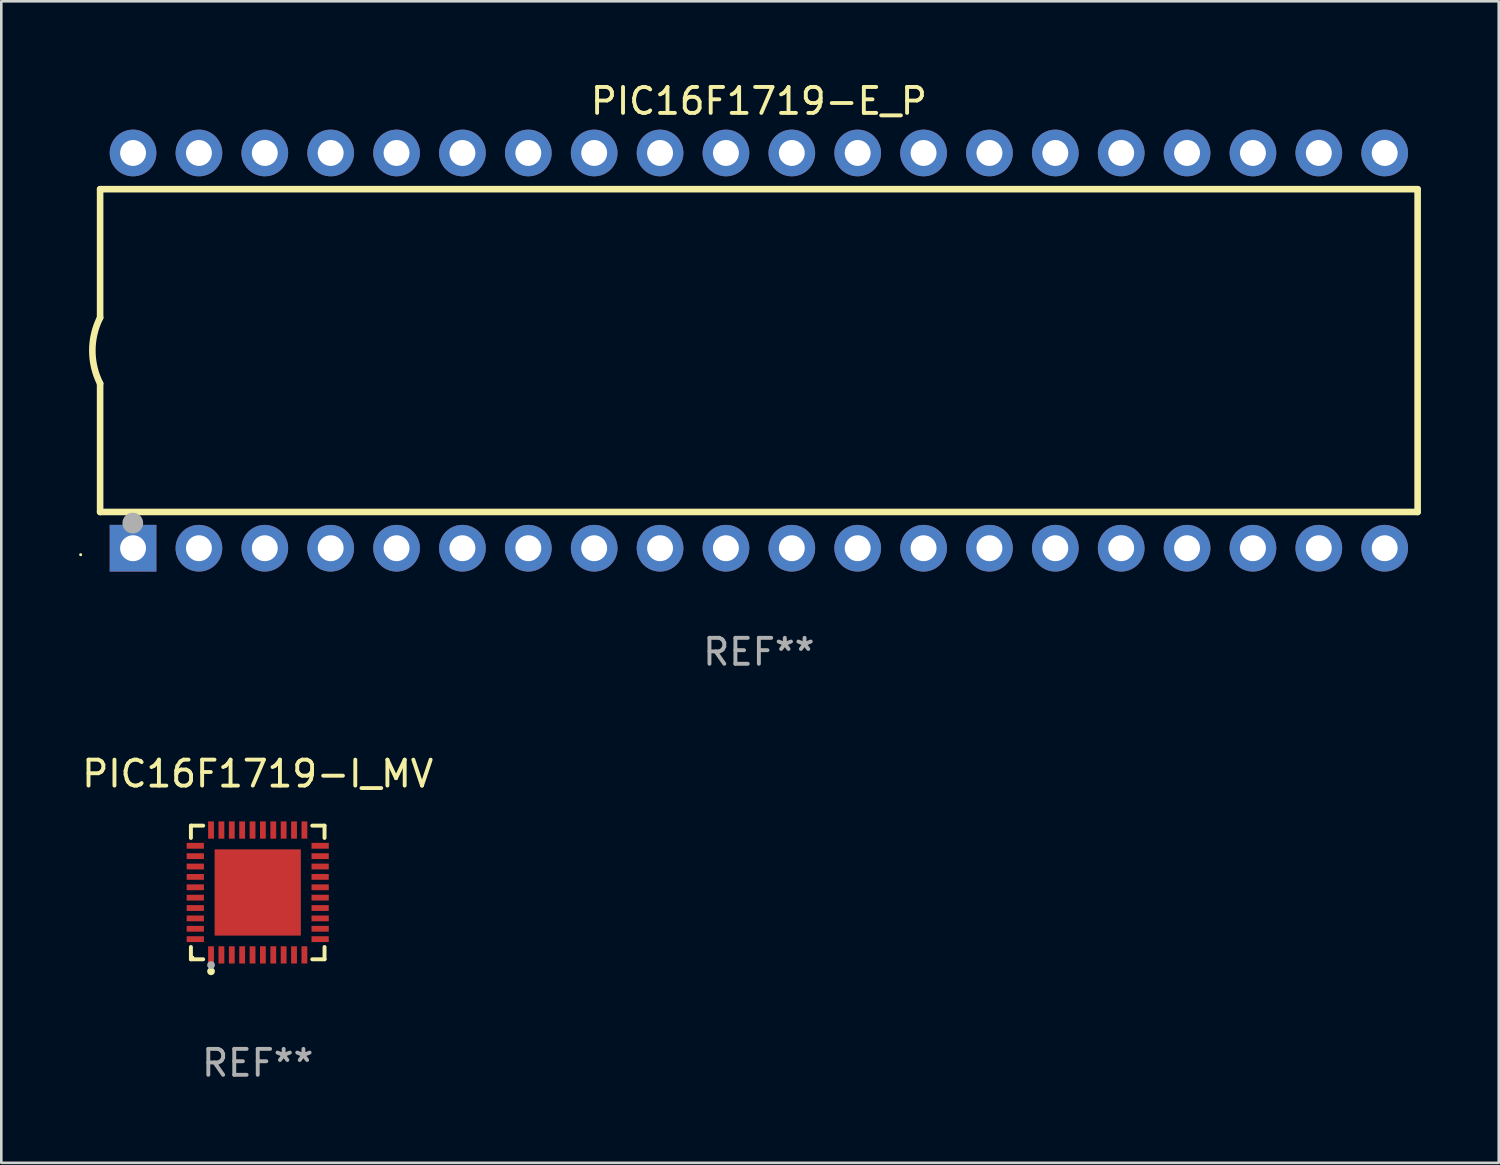
<source format=kicad_pcb>
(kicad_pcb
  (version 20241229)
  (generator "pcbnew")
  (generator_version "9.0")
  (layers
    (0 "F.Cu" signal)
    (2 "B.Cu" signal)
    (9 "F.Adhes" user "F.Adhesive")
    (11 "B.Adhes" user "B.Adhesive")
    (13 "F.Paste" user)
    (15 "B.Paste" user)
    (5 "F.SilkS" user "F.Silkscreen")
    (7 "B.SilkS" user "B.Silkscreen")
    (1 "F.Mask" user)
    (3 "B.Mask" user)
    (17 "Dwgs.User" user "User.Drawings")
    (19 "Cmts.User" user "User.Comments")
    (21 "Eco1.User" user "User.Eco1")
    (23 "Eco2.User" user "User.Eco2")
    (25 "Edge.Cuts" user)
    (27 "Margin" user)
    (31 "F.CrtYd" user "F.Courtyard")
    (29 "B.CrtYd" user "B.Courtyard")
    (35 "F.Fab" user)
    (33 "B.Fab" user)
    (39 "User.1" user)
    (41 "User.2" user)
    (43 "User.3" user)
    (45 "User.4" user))
  (footprint "PIC16F1719-E_P"
    (layer "F.Cu")
    (at 26.21 10.468)
    (property "Reference" "PIC16F1719-E_P" (at 0 -9.62 0) (layer "F.SilkS") (effects (font (size 1 1) (thickness 0.15))))
    (attr through_hole)
    (fp_line (start -25.4 -6.224) (end -25.4 -1.271) (stroke (width 0.254) (type solid)) (layer "F.SilkS"))
    (fp_line (start -25.4 -6.224) (end 25.4 -6.224) (stroke (width 0.254) (type solid)) (layer "F.SilkS"))
    (fp_line (start -25.4 1.269) (end -25.4 6.222) (stroke (width 0.254) (type solid)) (layer "F.SilkS"))
    (fp_line (start -25.4 6.222) (end 25.4 6.222) (stroke (width 0.254) (type solid)) (layer "F.SilkS"))
    (fp_line (start 25.4 6.222) (end 25.4 -6.224) (stroke (width 0.254) (type solid)) (layer "F.SilkS"))
    (fp_arc (start -25.4 1.269241) (mid -25.699807 -0.000762) (end -25.4 -1.270765) (stroke (width 0.254001) (type solid)) (layer "F.SilkS"))
    (fp_circle (center -26.15 7.87) (end -26.12 7.87) (stroke (width 0.06) (type solid)) (fill no) (layer "F.SilkS"))
    (fp_circle (center -24.14 6.65) (end -23.94 6.65) (stroke (width 0.4) (type solid)) (fill no) (layer "F.Fab"))
    (fp_text user "REF**" (at 0 11.62 0) (layer "F.Fab") (effects (font (size 1 1) (thickness 0.15))))
    (pad "1" thru_hole rect (at -24.13 7.62 90) (size 1.8 1.8) (drill 1) (layers "*.Cu" "*.Mask"))
    (pad "2" thru_hole circle (at -21.59 7.62) (size 1.8 1.8) (drill 1) (layers "*.Cu" "*.Mask"))
    (pad "3" thru_hole circle (at -19.05 7.62) (size 1.8 1.8) (drill 1) (layers "*.Cu" "*.Mask"))
    (pad "4" thru_hole circle (at -16.51 7.62) (size 1.8 1.8) (drill 1) (layers "*.Cu" "*.Mask"))
    (pad "5" thru_hole circle (at -13.97 7.62) (size 1.8 1.8) (drill 1) (layers "*.Cu" "*.Mask"))
    (pad "6" thru_hole circle (at -11.43 7.62) (size 1.8 1.8) (drill 1) (layers "*.Cu" "*.Mask"))
    (pad "7" thru_hole circle (at -8.89 7.62) (size 1.8 1.8) (drill 1) (layers "*.Cu" "*.Mask"))
    (pad "8" thru_hole circle (at -6.35 7.62) (size 1.8 1.8) (drill 1) (layers "*.Cu" "*.Mask"))
    (pad "9" thru_hole circle (at -3.81 7.62) (size 1.8 1.8) (drill 1) (layers "*.Cu" "*.Mask"))
    (pad "10" thru_hole circle (at -1.27 7.62) (size 1.8 1.8) (drill 1) (layers "*.Cu" "*.Mask"))
    (pad "11" thru_hole circle (at 1.27 7.62) (size 1.8 1.8) (drill 1) (layers "*.Cu" "*.Mask"))
    (pad "12" thru_hole circle (at 3.81 7.62) (size 1.8 1.8) (drill 1) (layers "*.Cu" "*.Mask"))
    (pad "13" thru_hole circle (at 6.35 7.62) (size 1.8 1.8) (drill 1) (layers "*.Cu" "*.Mask"))
    (pad "14" thru_hole circle (at 8.89 7.62) (size 1.8 1.8) (drill 1) (layers "*.Cu" "*.Mask"))
    (pad "15" thru_hole circle (at 11.43 7.62) (size 1.8 1.8) (drill 1) (layers "*.Cu" "*.Mask"))
    (pad "16" thru_hole circle (at 13.97 7.62) (size 1.8 1.8) (drill 1) (layers "*.Cu" "*.Mask"))
    (pad "17" thru_hole circle (at 16.51 7.62) (size 1.8 1.8) (drill 1) (layers "*.Cu" "*.Mask"))
    (pad "18" thru_hole circle (at 19.05 7.62) (size 1.8 1.8) (drill 1) (layers "*.Cu" "*.Mask"))
    (pad "19" thru_hole circle (at 21.59 7.62) (size 1.8 1.8) (drill 1) (layers "*.Cu" "*.Mask"))
    (pad "20" thru_hole circle (at 24.13 7.62) (size 1.8 1.8) (drill 1) (layers "*.Cu" "*.Mask"))
    (pad "21" thru_hole circle (at 24.13 -7.62) (size 1.8 1.8) (drill 1) (layers "*.Cu" "*.Mask"))
    (pad "22" thru_hole circle (at 21.59 -7.62) (size 1.8 1.8) (drill 1) (layers "*.Cu" "*.Mask"))
    (pad "23" thru_hole circle (at 19.05 -7.62) (size 1.8 1.8) (drill 1) (layers "*.Cu" "*.Mask"))
    (pad "24" thru_hole circle (at 16.51 -7.62) (size 1.8 1.8) (drill 1) (layers "*.Cu" "*.Mask"))
    (pad "25" thru_hole circle (at 13.97 -7.62) (size 1.8 1.8) (drill 1) (layers "*.Cu" "*.Mask"))
    (pad "26" thru_hole circle (at 11.43 -7.62) (size 1.8 1.8) (drill 1) (layers "*.Cu" "*.Mask"))
    (pad "27" thru_hole circle (at 8.89 -7.62) (size 1.8 1.8) (drill 1) (layers "*.Cu" "*.Mask"))
    (pad "28" thru_hole circle (at 6.35 -7.62) (size 1.8 1.8) (drill 1) (layers "*.Cu" "*.Mask"))
    (pad "29" thru_hole circle (at 3.81 -7.62) (size 1.8 1.8) (drill 1) (layers "*.Cu" "*.Mask"))
    (pad "30" thru_hole circle (at 1.27 -7.62) (size 1.8 1.8) (drill 1) (layers "*.Cu" "*.Mask"))
    (pad "31" thru_hole circle (at -1.27 -7.62) (size 1.8 1.8) (drill 1) (layers "*.Cu" "*.Mask"))
    (pad "32" thru_hole circle (at -3.81 -7.62) (size 1.8 1.8) (drill 1) (layers "*.Cu" "*.Mask"))
    (pad "33" thru_hole circle (at -6.35 -7.62) (size 1.8 1.8) (drill 1) (layers "*.Cu" "*.Mask"))
    (pad "34" thru_hole circle (at -8.89 -7.62) (size 1.8 1.8) (drill 1) (layers "*.Cu" "*.Mask"))
    (pad "35" thru_hole circle (at -11.43 -7.62) (size 1.8 1.8) (drill 1) (layers "*.Cu" "*.Mask"))
    (pad "36" thru_hole circle (at -13.97 -7.62) (size 1.8 1.8) (drill 1) (layers "*.Cu" "*.Mask"))
    (pad "37" thru_hole circle (at -16.51 -7.62) (size 1.8 1.8) (drill 1) (layers "*.Cu" "*.Mask"))
    (pad "38" thru_hole circle (at -19.05 -7.62) (size 1.8 1.8) (drill 1) (layers "*.Cu" "*.Mask"))
    (pad "39" thru_hole circle (at -21.59 -7.62) (size 1.8 1.8) (drill 1) (layers "*.Cu" "*.Mask"))
    (pad "40" thru_hole circle (at -24.13 -7.62) (size 1.8 1.8) (drill 1) (layers "*.Cu" "*.Mask")))
  (footprint "PIC16F1719-I_MV"
    (layer "F.Cu")
    (at 6.887 31.361)
    (property "Reference" "PIC16F1719-I_MV" (at 0 -4.576 0) (layer "F.SilkS") (effects (font (size 1 1) (thickness 0.15))))
    (attr through_hole)
    (fp_line (start -2.576 -2.576) (end -2.103 -2.576) (stroke (width 0.152) (type solid)) (layer "F.SilkS"))
    (fp_line (start -2.576 -2.103) (end -2.576 -2.576) (stroke (width 0.152) (type solid)) (layer "F.SilkS"))
    (fp_line (start -2.576 2.103) (end -2.576 2.576) (stroke (width 0.152) (type solid)) (layer "F.SilkS"))
    (fp_line (start -2.576 2.576) (end -2.103 2.576) (stroke (width 0.152) (type solid)) (layer "F.SilkS"))
    (fp_line (start 2.576 -2.576) (end 2.103 -2.576) (stroke (width 0.152) (type solid)) (layer "F.SilkS"))
    (fp_line (start 2.576 -2.103) (end 2.576 -2.576) (stroke (width 0.152) (type solid)) (layer "F.SilkS"))
    (fp_line (start 2.576 2.103) (end 2.576 2.576) (stroke (width 0.152) (type solid)) (layer "F.SilkS"))
    (fp_line (start 2.576 2.576) (end 2.103 2.576) (stroke (width 0.152) (type solid)) (layer "F.SilkS"))
    (fp_circle (center -2.5 2.5) (end -2.47 2.5) (stroke (width 0.06) (type solid)) (fill no) (layer "F.SilkS"))
    (fp_circle (center -1.8 3.04) (end -1.725 3.04) (stroke (width 0.15) (type solid)) (fill no) (layer "F.SilkS"))
    (fp_circle (center -1.8 2.8) (end -1.725 2.8) (stroke (width 0.15) (type solid)) (fill no) (layer "F.Fab"))
    (fp_text user "REF**" (at 0 6.576 0) (layer "F.Fab") (effects (font (size 1 1) (thickness 0.15))))
    (pad "1" smd rect (at -1.8 2.407) (size 0.224 0.665) (layers "F.Cu" "F.Mask" "F.Paste"))
    (pad "2" smd rect (at -1.4 2.407) (size 0.224 0.665) (layers "F.Cu" "F.Mask" "F.Paste"))
    (pad "3" smd rect (at -1 2.407) (size 0.224 0.665) (layers "F.Cu" "F.Mask" "F.Paste"))
    (pad "4" smd rect (at -0.6 2.407) (size 0.224 0.665) (layers "F.Cu" "F.Mask" "F.Paste"))
    (pad "5" smd rect (at -0.2 2.407) (size 0.224 0.665) (layers "F.Cu" "F.Mask" "F.Paste"))
    (pad "6" smd rect (at 0.2 2.407) (size 0.224 0.665) (layers "F.Cu" "F.Mask" "F.Paste"))
    (pad "7" smd rect (at 0.6 2.407) (size 0.224 0.665) (layers "F.Cu" "F.Mask" "F.Paste"))
    (pad "8" smd rect (at 1 2.407) (size 0.224 0.665) (layers "F.Cu" "F.Mask" "F.Paste"))
    (pad "9" smd rect (at 1.4 2.407) (size 0.224 0.665) (layers "F.Cu" "F.Mask" "F.Paste"))
    (pad "10" smd rect (at 1.8 2.407) (size 0.224 0.665) (layers "F.Cu" "F.Mask" "F.Paste"))
    (pad "11" smd rect (at 2.407 1.8) (size 0.665 0.224) (layers "F.Cu" "F.Mask" "F.Paste"))
    (pad "12" smd rect (at 2.407 1.4) (size 0.665 0.224) (layers "F.Cu" "F.Mask" "F.Paste"))
    (pad "13" smd rect (at 2.407 1) (size 0.665 0.224) (layers "F.Cu" "F.Mask" "F.Paste"))
    (pad "14" smd rect (at 2.407 0.6) (size 0.665 0.224) (layers "F.Cu" "F.Mask" "F.Paste"))
    (pad "15" smd rect (at 2.407 0.2) (size 0.665 0.224) (layers "F.Cu" "F.Mask" "F.Paste"))
    (pad "16" smd rect (at 2.407 -0.2) (size 0.665 0.224) (layers "F.Cu" "F.Mask" "F.Paste"))
    (pad "17" smd rect (at 2.407 -0.6) (size 0.665 0.224) (layers "F.Cu" "F.Mask" "F.Paste"))
    (pad "18" smd rect (at 2.407 -1) (size 0.665 0.224) (layers "F.Cu" "F.Mask" "F.Paste"))
    (pad "19" smd rect (at 2.407 -1.4) (size 0.665 0.224) (layers "F.Cu" "F.Mask" "F.Paste"))
    (pad "20" smd rect (at 2.407 -1.8) (size 0.665 0.224) (layers "F.Cu" "F.Mask" "F.Paste"))
    (pad "21" smd rect (at 1.8 -2.407) (size 0.224 0.665) (layers "F.Cu" "F.Mask" "F.Paste"))
    (pad "22" smd rect (at 1.4 -2.407) (size 0.224 0.665) (layers "F.Cu" "F.Mask" "F.Paste"))
    (pad "23" smd rect (at 1 -2.407) (size 0.224 0.665) (layers "F.Cu" "F.Mask" "F.Paste"))
    (pad "24" smd rect (at 0.6 -2.407) (size 0.224 0.665) (layers "F.Cu" "F.Mask" "F.Paste"))
    (pad "25" smd rect (at 0.2 -2.407) (size 0.224 0.665) (layers "F.Cu" "F.Mask" "F.Paste"))
    (pad "26" smd rect (at -0.2 -2.407) (size 0.224 0.665) (layers "F.Cu" "F.Mask" "F.Paste"))
    (pad "27" smd rect (at -0.6 -2.407) (size 0.224 0.665) (layers "F.Cu" "F.Mask" "F.Paste"))
    (pad "28" smd rect (at -1 -2.407) (size 0.224 0.665) (layers "F.Cu" "F.Mask" "F.Paste"))
    (pad "29" smd rect (at -1.4 -2.407) (size 0.224 0.665) (layers "F.Cu" "F.Mask" "F.Paste"))
    (pad "30" smd rect (at -1.8 -2.407) (size 0.224 0.665) (layers "F.Cu" "F.Mask" "F.Paste"))
    (pad "31" smd rect (at -2.407 -1.8) (size 0.665 0.224) (layers "F.Cu" "F.Mask" "F.Paste"))
    (pad "32" smd rect (at -2.407 -1.4) (size 0.665 0.224) (layers "F.Cu" "F.Mask" "F.Paste"))
    (pad "33" smd rect (at -2.407 -1) (size 0.665 0.224) (layers "F.Cu" "F.Mask" "F.Paste"))
    (pad "34" smd rect (at -2.407 -0.6) (size 0.665 0.224) (layers "F.Cu" "F.Mask" "F.Paste"))
    (pad "35" smd rect (at -2.407 -0.2) (size 0.665 0.224) (layers "F.Cu" "F.Mask" "F.Paste"))
    (pad "36" smd rect (at -2.407 0.2) (size 0.665 0.224) (layers "F.Cu" "F.Mask" "F.Paste"))
    (pad "37" smd rect (at -2.407 0.6) (size 0.665 0.224) (layers "F.Cu" "F.Mask" "F.Paste"))
    (pad "38" smd rect (at -2.407 1) (size 0.665 0.224) (layers "F.Cu" "F.Mask" "F.Paste"))
    (pad "39" smd rect (at -2.407 1.4) (size 0.665 0.224) (layers "F.Cu" "F.Mask" "F.Paste"))
    (pad "40" smd rect (at -2.407 1.8) (size 0.665 0.224) (layers "F.Cu" "F.Mask" "F.Paste"))
    (pad "41" smd rect (at 0 0) (size 3.325 3.325) (layers "F.Cu" "F.Mask" "F.Paste")))
  (gr_rect
    (start -3 -3)
    (end 54.737 41.785)
    (stroke (width 0.1) (type default))
    (fill no)
    (layer "Edge.Cuts")))
</source>
